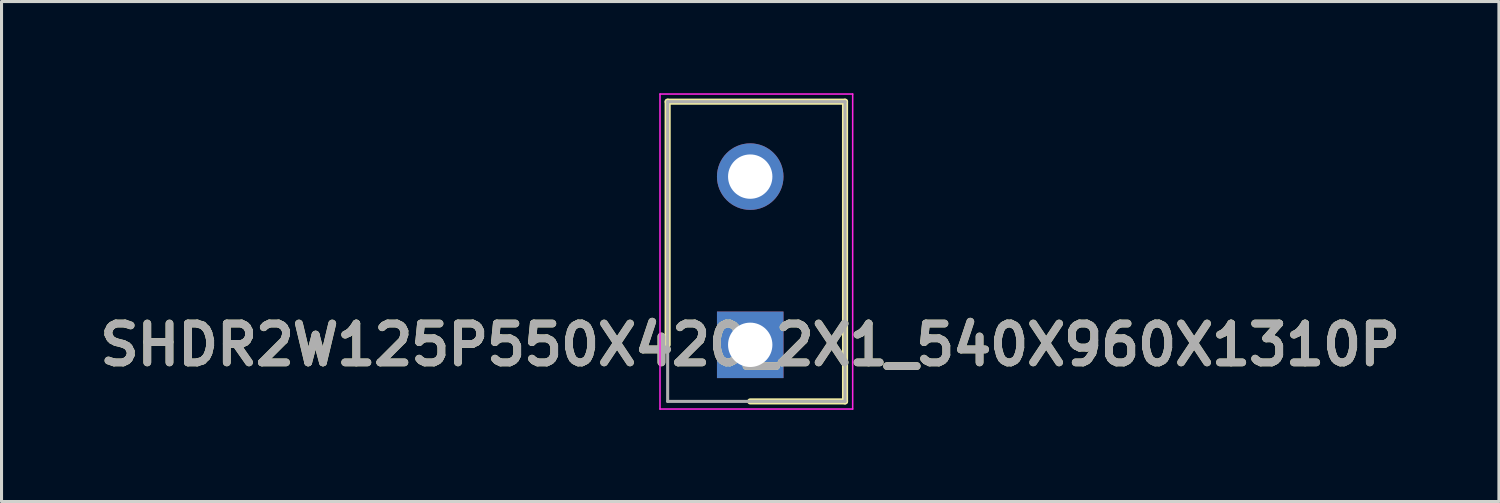
<source format=kicad_pcb>
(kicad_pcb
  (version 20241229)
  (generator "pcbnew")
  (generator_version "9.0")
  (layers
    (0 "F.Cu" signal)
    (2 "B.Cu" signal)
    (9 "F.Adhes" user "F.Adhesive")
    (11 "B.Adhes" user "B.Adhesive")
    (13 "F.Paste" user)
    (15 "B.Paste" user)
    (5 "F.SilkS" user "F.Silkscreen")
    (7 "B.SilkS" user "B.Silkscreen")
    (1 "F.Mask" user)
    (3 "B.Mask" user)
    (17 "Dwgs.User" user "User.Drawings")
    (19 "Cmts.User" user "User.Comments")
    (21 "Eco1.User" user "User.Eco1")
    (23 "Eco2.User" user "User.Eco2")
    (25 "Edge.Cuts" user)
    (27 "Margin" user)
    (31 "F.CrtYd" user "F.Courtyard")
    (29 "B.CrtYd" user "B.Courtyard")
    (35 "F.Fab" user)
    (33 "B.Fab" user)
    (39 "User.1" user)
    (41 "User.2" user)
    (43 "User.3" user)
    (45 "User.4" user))
  (footprint "SHDR2W125P550X420_2X1_540X960X1310P"
    (layer "F.Cu")
    (at 21.481 8.225)
    (property "Reference" "SHDR2W125P550X420_2X1_540X960X1310P" (at 0 0 0) (layer "F.SilkS") (effects (font (size 1.27 1.27) (thickness 0.254))))
    (attr through_hole)
    (fp_line (start -2.7 -7.95) (end -2.7 0) (stroke (width 0.2) (type solid)) (layer "F.SilkS"))
    (fp_line (start 0 1.85) (end 3.1 1.85) (stroke (width 0.2) (type solid)) (layer "F.SilkS"))
    (fp_line (start 3.1 -7.95) (end -2.7 -7.95) (stroke (width 0.2) (type solid)) (layer "F.SilkS"))
    (fp_line (start 3.1 1.85) (end 3.1 -7.95) (stroke (width 0.2) (type solid)) (layer "F.SilkS"))
    (fp_line (start -2.95 -8.2) (end 3.35 -8.2) (stroke (width 0.05) (type solid)) (layer "F.CrtYd"))
    (fp_line (start -2.95 2.1) (end -2.95 -8.2) (stroke (width 0.05) (type solid)) (layer "F.CrtYd"))
    (fp_line (start 3.35 -8.2) (end 3.35 2.1) (stroke (width 0.05) (type solid)) (layer "F.CrtYd"))
    (fp_line (start 3.35 2.1) (end -2.95 2.1) (stroke (width 0.05) (type solid)) (layer "F.CrtYd"))
    (fp_line (start -2.7 -7.95) (end 3.1 -7.95) (stroke (width 0.1) (type solid)) (layer "F.Fab"))
    (fp_line (start -2.7 1.85) (end -2.7 -7.95) (stroke (width 0.1) (type solid)) (layer "F.Fab"))
    (fp_line (start 3.1 -7.95) (end 3.1 1.85) (stroke (width 0.1) (type solid)) (layer "F.Fab"))
    (fp_line (start 3.1 1.85) (end -2.7 1.85) (stroke (width 0.1) (type solid)) (layer "F.Fab"))
    (fp_text user "${REFERENCE}" (at 0 0 0) (layer "F.Fab") (effects (font (size 1.27 1.27) (thickness 0.254))))
    (pad "1" thru_hole rect (at 0 0) (size 2.175 2.175) (drill 1.45) (layers "*.Cu" "*.Mask"))
    (pad "2" thru_hole circle (at 0 -5.5) (size 2.175 2.175) (drill 1.45) (layers "*.Cu" "*.Mask")))
  (gr_rect
    (start -3 -3)
    (end 45.962 13.35)
    (stroke (width 0.1) (type default))
    (fill no)
    (layer "Edge.Cuts")))
</source>
